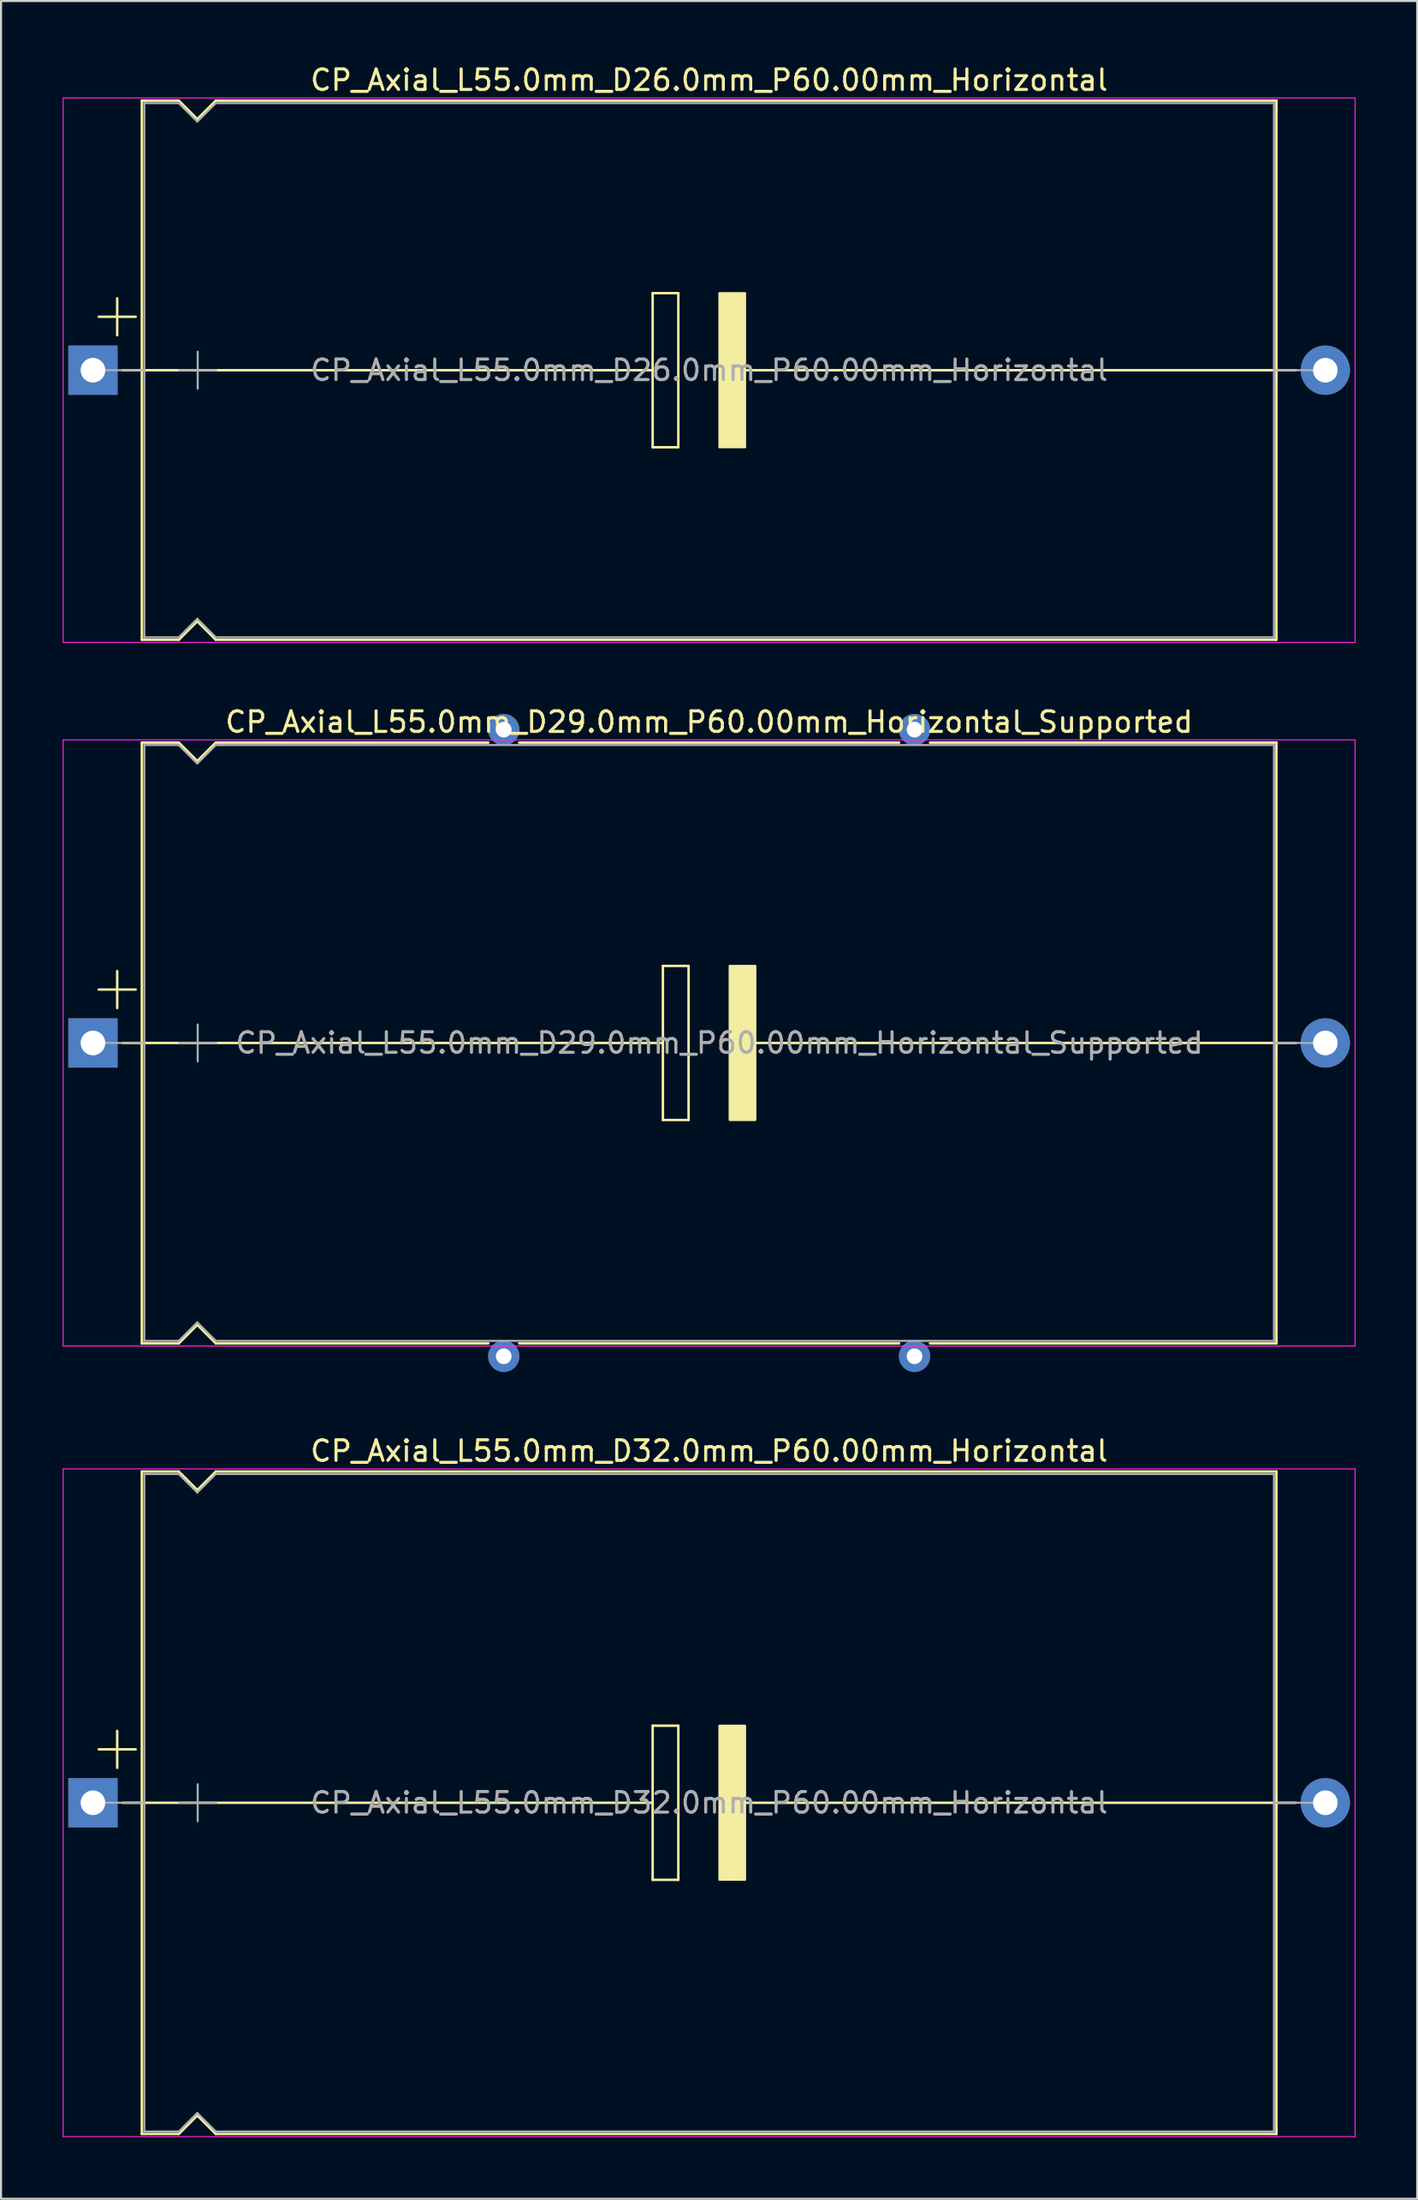
<source format=kicad_pcb>
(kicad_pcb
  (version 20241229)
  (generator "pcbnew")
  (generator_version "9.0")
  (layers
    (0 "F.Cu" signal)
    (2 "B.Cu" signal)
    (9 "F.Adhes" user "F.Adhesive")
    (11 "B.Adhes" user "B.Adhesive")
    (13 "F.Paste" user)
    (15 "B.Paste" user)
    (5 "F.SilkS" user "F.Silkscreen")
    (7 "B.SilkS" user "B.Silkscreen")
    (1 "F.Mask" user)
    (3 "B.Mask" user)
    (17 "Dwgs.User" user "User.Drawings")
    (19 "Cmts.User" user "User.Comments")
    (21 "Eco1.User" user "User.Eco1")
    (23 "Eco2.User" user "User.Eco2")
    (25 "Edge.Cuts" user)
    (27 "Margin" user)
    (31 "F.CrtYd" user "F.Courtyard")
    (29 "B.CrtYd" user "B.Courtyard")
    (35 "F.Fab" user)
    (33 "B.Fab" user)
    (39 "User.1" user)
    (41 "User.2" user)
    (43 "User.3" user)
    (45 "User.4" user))
  (footprint "CP_Axial_L55.0mm_D26.0mm_P60.00mm_Horizontal"
    (layer "F.Cu")
    (at 1.475 14.968)
    (property "Reference" "CP_Axial_L55.0mm_D26.0mm_P60.00mm_Horizontal" (at 30 -14.12 0) (layer "F.SilkS") (effects (font (size 1 1) (thickness 0.15))))
    (attr through_hole)
    (fp_line (start 0.28 -2.6) (end 2.08 -2.6) (stroke (width 0.12) (type solid)) (layer "F.SilkS"))
    (fp_line (start 1.18 -3.5) (end 1.18 -1.7) (stroke (width 0.12) (type solid)) (layer "F.SilkS"))
    (fp_line (start 1.44 0) (end 2.38 0) (stroke (width 0.12) (type solid)) (layer "F.SilkS"))
    (fp_line (start 2.38 -13.12) (end 2.38 13.12) (stroke (width 0.12) (type solid)) (layer "F.SilkS"))
    (fp_line (start 2.38 -13.12) (end 4.18 -13.12) (stroke (width 0.12) (type solid)) (layer "F.SilkS"))
    (fp_line (start 2.38 0) (end 27.25 0) (stroke (width 0.12) (type solid)) (layer "F.SilkS"))
    (fp_line (start 2.38 13.12) (end 4.18 13.12) (stroke (width 0.12) (type solid)) (layer "F.SilkS"))
    (fp_line (start 4.18 -13.12) (end 5.08 -12.22) (stroke (width 0.12) (type solid)) (layer "F.SilkS"))
    (fp_line (start 4.18 13.12) (end 5.08 12.22) (stroke (width 0.12) (type solid)) (layer "F.SilkS"))
    (fp_line (start 5.08 -12.22) (end 5.98 -13.12) (stroke (width 0.12) (type solid)) (layer "F.SilkS"))
    (fp_line (start 5.08 12.22) (end 5.98 13.12) (stroke (width 0.12) (type solid)) (layer "F.SilkS"))
    (fp_line (start 5.98 -13.12) (end 57.62 -13.12) (stroke (width 0.12) (type solid)) (layer "F.SilkS"))
    (fp_line (start 5.98 13.12) (end 57.62 13.12) (stroke (width 0.12) (type solid)) (layer "F.SilkS"))
    (fp_line (start 27.25 -3.75) (end 28.5 -3.75) (stroke (width 0.12) (type solid)) (layer "F.SilkS"))
    (fp_line (start 27.25 0) (end 27.25 -3.75) (stroke (width 0.12) (type solid)) (layer "F.SilkS"))
    (fp_line (start 27.25 3.75) (end 27.25 0) (stroke (width 0.12) (type solid)) (layer "F.SilkS"))
    (fp_line (start 28.5 -3.75) (end 28.5 3.75) (stroke (width 0.12) (type solid)) (layer "F.SilkS"))
    (fp_line (start 28.5 3.75) (end 27.25 3.75) (stroke (width 0.12) (type solid)) (layer "F.SilkS"))
    (fp_line (start 31.75 0) (end 57.62 0) (stroke (width 0.12) (type solid)) (layer "F.SilkS"))
    (fp_line (start 57.62 -13.12) (end 57.62 13.12) (stroke (width 0.12) (type solid)) (layer "F.SilkS"))
    (fp_line (start 58.56 0) (end 57.62 0) (stroke (width 0.12) (type solid)) (layer "F.SilkS"))
    (fp_poly (pts (xy 31.75 3.75) (xy 30.5 3.75) (xy 30.5 -3.75) (xy 31.75 -3.75)) (stroke (width 0.1) (type solid)) (fill yes) (layer "F.SilkS"))
    (fp_line (start -1.45 -13.25) (end -1.45 13.25) (stroke (width 0.05) (type solid)) (layer "F.CrtYd"))
    (fp_line (start -1.45 13.25) (end 61.45 13.25) (stroke (width 0.05) (type solid)) (layer "F.CrtYd"))
    (fp_line (start 61.45 -13.25) (end -1.45 -13.25) (stroke (width 0.05) (type solid)) (layer "F.CrtYd"))
    (fp_line (start 61.45 13.25) (end 61.45 -13.25) (stroke (width 0.05) (type solid)) (layer "F.CrtYd"))
    (fp_line (start 0 0) (end 2.5 0) (stroke (width 0.1) (type solid)) (layer "F.Fab"))
    (fp_line (start 2.5 -13) (end 2.5 13) (stroke (width 0.1) (type solid)) (layer "F.Fab"))
    (fp_line (start 2.5 -13) (end 4.18 -13) (stroke (width 0.1) (type solid)) (layer "F.Fab"))
    (fp_line (start 2.5 13) (end 4.18 13) (stroke (width 0.1) (type solid)) (layer "F.Fab"))
    (fp_line (start 4.18 -13) (end 5.08 -12.1) (stroke (width 0.1) (type solid)) (layer "F.Fab"))
    (fp_line (start 4.18 13) (end 5.08 12.1) (stroke (width 0.1) (type solid)) (layer "F.Fab"))
    (fp_line (start 4.2 0) (end 6 0) (stroke (width 0.1) (type solid)) (layer "F.Fab"))
    (fp_line (start 5.08 -12.1) (end 5.98 -13) (stroke (width 0.1) (type solid)) (layer "F.Fab"))
    (fp_line (start 5.08 12.1) (end 5.98 13) (stroke (width 0.1) (type solid)) (layer "F.Fab"))
    (fp_line (start 5.1 -0.9) (end 5.1 0.9) (stroke (width 0.1) (type solid)) (layer "F.Fab"))
    (fp_line (start 5.98 -13) (end 57.5 -13) (stroke (width 0.1) (type solid)) (layer "F.Fab"))
    (fp_line (start 5.98 13) (end 57.5 13) (stroke (width 0.1) (type solid)) (layer "F.Fab"))
    (fp_line (start 57.5 -13) (end 57.5 13) (stroke (width 0.1) (type solid)) (layer "F.Fab"))
    (fp_line (start 60 0) (end 57.5 0) (stroke (width 0.1) (type solid)) (layer "F.Fab"))
    (fp_text user "${REFERENCE}" (at 30 0 0) (layer "F.Fab") (effects (font (size 1 1) (thickness 0.15))))
    (pad "1" thru_hole rect (at 0 0) (size 2.4 2.4) (drill 1.2) (layers "*.Cu" "*.Mask"))
    (pad "2" thru_hole oval (at 60 0) (size 2.4 2.4) (drill 1.2) (layers "*.Cu" "*.Mask")))
  (footprint "CP_Axial_L55.0mm_D32.0mm_P60.00mm_Horizontal"
    (layer "F.Cu")
    (at 1.475 84.692)
    (property "Reference" "CP_Axial_L55.0mm_D32.0mm_P60.00mm_Horizontal" (at 30 -17.12 0) (layer "F.SilkS") (effects (font (size 1 1) (thickness 0.15))))
    (attr through_hole)
    (fp_line (start 0.28 -2.6) (end 2.08 -2.6) (stroke (width 0.12) (type solid)) (layer "F.SilkS"))
    (fp_line (start 1.18 -3.5) (end 1.18 -1.7) (stroke (width 0.12) (type solid)) (layer "F.SilkS"))
    (fp_line (start 1.44 0) (end 2.38 0) (stroke (width 0.12) (type solid)) (layer "F.SilkS"))
    (fp_line (start 2.38 -16.12) (end 2.38 16.12) (stroke (width 0.12) (type solid)) (layer "F.SilkS"))
    (fp_line (start 2.38 -16.12) (end 4.18 -16.12) (stroke (width 0.12) (type solid)) (layer "F.SilkS"))
    (fp_line (start 2.38 0) (end 27.25 0) (stroke (width 0.12) (type solid)) (layer "F.SilkS"))
    (fp_line (start 2.38 16.12) (end 4.18 16.12) (stroke (width 0.12) (type solid)) (layer "F.SilkS"))
    (fp_line (start 4.18 -16.12) (end 5.08 -15.22) (stroke (width 0.12) (type solid)) (layer "F.SilkS"))
    (fp_line (start 4.18 16.12) (end 5.08 15.22) (stroke (width 0.12) (type solid)) (layer "F.SilkS"))
    (fp_line (start 5.08 -15.22) (end 5.98 -16.12) (stroke (width 0.12) (type solid)) (layer "F.SilkS"))
    (fp_line (start 5.08 15.22) (end 5.98 16.12) (stroke (width 0.12) (type solid)) (layer "F.SilkS"))
    (fp_line (start 5.98 -16.12) (end 57.62 -16.12) (stroke (width 0.12) (type solid)) (layer "F.SilkS"))
    (fp_line (start 5.98 16.12) (end 57.62 16.12) (stroke (width 0.12) (type solid)) (layer "F.SilkS"))
    (fp_line (start 27.25 -3.75) (end 28.5 -3.75) (stroke (width 0.12) (type solid)) (layer "F.SilkS"))
    (fp_line (start 27.25 0) (end 27.25 -3.75) (stroke (width 0.12) (type solid)) (layer "F.SilkS"))
    (fp_line (start 27.25 3.75) (end 27.25 0) (stroke (width 0.12) (type solid)) (layer "F.SilkS"))
    (fp_line (start 28.5 -3.75) (end 28.5 3.75) (stroke (width 0.12) (type solid)) (layer "F.SilkS"))
    (fp_line (start 28.5 3.75) (end 27.25 3.75) (stroke (width 0.12) (type solid)) (layer "F.SilkS"))
    (fp_line (start 31.75 0) (end 57.62 0) (stroke (width 0.12) (type solid)) (layer "F.SilkS"))
    (fp_line (start 57.62 -16.12) (end 57.62 16.12) (stroke (width 0.12) (type solid)) (layer "F.SilkS"))
    (fp_line (start 58.56 0) (end 57.62 0) (stroke (width 0.12) (type solid)) (layer "F.SilkS"))
    (fp_poly (pts (xy 31.75 3.75) (xy 30.5 3.75) (xy 30.5 -3.75) (xy 31.75 -3.75)) (stroke (width 0.1) (type solid)) (fill yes) (layer "F.SilkS"))
    (fp_line (start -1.45 -16.25) (end -1.45 16.25) (stroke (width 0.05) (type solid)) (layer "F.CrtYd"))
    (fp_line (start -1.45 16.25) (end 61.45 16.25) (stroke (width 0.05) (type solid)) (layer "F.CrtYd"))
    (fp_line (start 61.45 -16.25) (end -1.45 -16.25) (stroke (width 0.05) (type solid)) (layer "F.CrtYd"))
    (fp_line (start 61.45 16.25) (end 61.45 -16.25) (stroke (width 0.05) (type solid)) (layer "F.CrtYd"))
    (fp_line (start 0 0) (end 2.5 0) (stroke (width 0.1) (type solid)) (layer "F.Fab"))
    (fp_line (start 2.5 -16) (end 2.5 16) (stroke (width 0.1) (type solid)) (layer "F.Fab"))
    (fp_line (start 2.5 -16) (end 4.18 -16) (stroke (width 0.1) (type solid)) (layer "F.Fab"))
    (fp_line (start 2.5 16) (end 4.18 16) (stroke (width 0.1) (type solid)) (layer "F.Fab"))
    (fp_line (start 4.18 -16) (end 5.08 -15.1) (stroke (width 0.1) (type solid)) (layer "F.Fab"))
    (fp_line (start 4.18 16) (end 5.08 15.1) (stroke (width 0.1) (type solid)) (layer "F.Fab"))
    (fp_line (start 4.2 0) (end 6 0) (stroke (width 0.1) (type solid)) (layer "F.Fab"))
    (fp_line (start 5.08 -15.1) (end 5.98 -16) (stroke (width 0.1) (type solid)) (layer "F.Fab"))
    (fp_line (start 5.08 15.1) (end 5.98 16) (stroke (width 0.1) (type solid)) (layer "F.Fab"))
    (fp_line (start 5.1 -0.9) (end 5.1 0.9) (stroke (width 0.1) (type solid)) (layer "F.Fab"))
    (fp_line (start 5.98 -16) (end 57.5 -16) (stroke (width 0.1) (type solid)) (layer "F.Fab"))
    (fp_line (start 5.98 16) (end 57.5 16) (stroke (width 0.1) (type solid)) (layer "F.Fab"))
    (fp_line (start 57.5 -16) (end 57.5 16) (stroke (width 0.1) (type solid)) (layer "F.Fab"))
    (fp_line (start 60 0) (end 57.5 0) (stroke (width 0.1) (type solid)) (layer "F.Fab"))
    (fp_text user "${REFERENCE}" (at 30 0 0) (layer "F.Fab") (effects (font (size 1 1) (thickness 0.15))))
    (pad "1" thru_hole rect (at 0 0) (size 2.4 2.4) (drill 1.2) (layers "*.Cu" "*.Mask"))
    (pad "2" thru_hole oval (at 60 0) (size 2.4 2.4) (drill 1.2) (layers "*.Cu" "*.Mask")))
  (footprint "CP_Axial_L55.0mm_D29.0mm_P60.00mm_Horizontal_Supported"
    (layer "F.Cu")
    (at 1.475 47.712)
    (property "Reference" "CP_Axial_L55.0mm_D29.0mm_P60.00mm_Horizontal_Supported" (at 30 -15.62 0) (layer "F.SilkS") (effects (font (size 1 1) (thickness 0.15))))
    (attr through_hole)
    (fp_line (start 0.28 -2.6) (end 2.08 -2.6) (stroke (width 0.12) (type solid)) (layer "F.SilkS"))
    (fp_line (start 1.18 -3.5) (end 1.18 -1.7) (stroke (width 0.12) (type solid)) (layer "F.SilkS"))
    (fp_line (start 1.44 0) (end 2.38 0) (stroke (width 0.12) (type solid)) (layer "F.SilkS"))
    (fp_line (start 2.38 -14.62) (end 2.38 14.62) (stroke (width 0.12) (type solid)) (layer "F.SilkS"))
    (fp_line (start 2.38 -14.62) (end 4.18 -14.62) (stroke (width 0.12) (type solid)) (layer "F.SilkS"))
    (fp_line (start 2.38 0) (end 27.75 0) (stroke (width 0.12) (type solid)) (layer "F.SilkS"))
    (fp_line (start 2.38 14.62) (end 4.18 14.62) (stroke (width 0.12) (type solid)) (layer "F.SilkS"))
    (fp_line (start 4.18 -14.62) (end 5.08 -13.72) (stroke (width 0.12) (type solid)) (layer "F.SilkS"))
    (fp_line (start 4.18 14.62) (end 5.08 13.72) (stroke (width 0.12) (type solid)) (layer "F.SilkS"))
    (fp_line (start 5.08 -13.72) (end 5.98 -14.62) (stroke (width 0.12) (type solid)) (layer "F.SilkS"))
    (fp_line (start 5.08 13.72) (end 5.98 14.62) (stroke (width 0.12) (type solid)) (layer "F.SilkS"))
    (fp_line (start 5.98 -14.62) (end 19.25 -14.62) (stroke (width 0.12) (type solid)) (layer "F.SilkS"))
    (fp_line (start 5.98 14.62) (end 19.25 14.62) (stroke (width 0.12) (type solid)) (layer "F.SilkS"))
    (fp_line (start 20.75 -14.62) (end 39.25 -14.62) (stroke (width 0.12) (type solid)) (layer "F.SilkS"))
    (fp_line (start 20.75 14.62) (end 39.25 14.62) (stroke (width 0.12) (type solid)) (layer "F.SilkS"))
    (fp_line (start 27.75 -3.75) (end 29 -3.75) (stroke (width 0.12) (type solid)) (layer "F.SilkS"))
    (fp_line (start 27.75 0) (end 27.75 -3.75) (stroke (width 0.12) (type solid)) (layer "F.SilkS"))
    (fp_line (start 27.75 3.75) (end 27.75 0) (stroke (width 0.12) (type solid)) (layer "F.SilkS"))
    (fp_line (start 29 -3.75) (end 29 3.75) (stroke (width 0.12) (type solid)) (layer "F.SilkS"))
    (fp_line (start 29 3.75) (end 27.75 3.75) (stroke (width 0.12) (type solid)) (layer "F.SilkS"))
    (fp_line (start 31.75 0) (end 57.62 0) (stroke (width 0.12) (type solid)) (layer "F.SilkS"))
    (fp_line (start 40.75 -14.62) (end 57.62 -14.62) (stroke (width 0.12) (type solid)) (layer "F.SilkS"))
    (fp_line (start 40.75 14.62) (end 57.62 14.62) (stroke (width 0.12) (type solid)) (layer "F.SilkS"))
    (fp_line (start 57.62 -14.62) (end 57.62 14.62) (stroke (width 0.12) (type solid)) (layer "F.SilkS"))
    (fp_line (start 58.56 0) (end 57.62 0) (stroke (width 0.12) (type solid)) (layer "F.SilkS"))
    (fp_poly (pts (xy 32.25 3.75) (xy 31 3.75) (xy 31 -3.75) (xy 32.25 -3.75)) (stroke (width 0.1) (type solid)) (fill yes) (layer "F.SilkS"))
    (fp_line (start -1.45 -14.75) (end -1.45 14.75) (stroke (width 0.05) (type solid)) (layer "F.CrtYd"))
    (fp_line (start -1.45 14.75) (end 61.45 14.75) (stroke (width 0.05) (type solid)) (layer "F.CrtYd"))
    (fp_line (start 61.45 -14.75) (end -1.45 -14.75) (stroke (width 0.05) (type solid)) (layer "F.CrtYd"))
    (fp_line (start 61.45 14.75) (end 61.45 -14.75) (stroke (width 0.05) (type solid)) (layer "F.CrtYd"))
    (fp_line (start 0 0) (end 2.5 0) (stroke (width 0.1) (type solid)) (layer "F.Fab"))
    (fp_line (start 2.5 -14.5) (end 2.5 14.5) (stroke (width 0.1) (type solid)) (layer "F.Fab"))
    (fp_line (start 2.5 -14.5) (end 4.18 -14.5) (stroke (width 0.1) (type solid)) (layer "F.Fab"))
    (fp_line (start 2.5 14.5) (end 4.18 14.5) (stroke (width 0.1) (type solid)) (layer "F.Fab"))
    (fp_line (start 4.18 -14.5) (end 5.08 -13.6) (stroke (width 0.1) (type solid)) (layer "F.Fab"))
    (fp_line (start 4.18 14.5) (end 5.08 13.6) (stroke (width 0.1) (type solid)) (layer "F.Fab"))
    (fp_line (start 4.2 0) (end 6 0) (stroke (width 0.1) (type solid)) (layer "F.Fab"))
    (fp_line (start 5.08 -13.6) (end 5.98 -14.5) (stroke (width 0.1) (type solid)) (layer "F.Fab"))
    (fp_line (start 5.08 13.6) (end 5.98 14.5) (stroke (width 0.1) (type solid)) (layer "F.Fab"))
    (fp_line (start 5.1 -0.9) (end 5.1 0.9) (stroke (width 0.1) (type solid)) (layer "F.Fab"))
    (fp_line (start 5.98 -14.5) (end 57.5 -14.5) (stroke (width 0.1) (type solid)) (layer "F.Fab"))
    (fp_line (start 5.98 14.5) (end 57.5 14.5) (stroke (width 0.1) (type solid)) (layer "F.Fab"))
    (fp_line (start 57.5 -14.5) (end 57.5 14.5) (stroke (width 0.1) (type solid)) (layer "F.Fab"))
    (fp_line (start 60 0) (end 57.5 0) (stroke (width 0.1) (type solid)) (layer "F.Fab"))
    (fp_text user "${REFERENCE}" (at 30.5 0 0) (layer "F.Fab") (effects (font (size 1 1) (thickness 0.15))))
    (pad "1" thru_hole rect (at 0 0) (size 2.4 2.4) (drill 1.2) (layers "*.Cu" "*.Mask"))
    (pad "2" thru_hole oval (at 60 0) (size 2.4 2.4) (drill 1.2) (layers "*.Cu" "*.Mask"))
    (pad "~" thru_hole circle (at 20 -15.25) (size 1.524 1.524) (drill 0.762) (layers "*.Cu" "*.Mask"))
    (pad "~" thru_hole circle (at 20 15.25) (size 1.524 1.524) (drill 0.762) (layers "*.Cu" "*.Mask"))
    (pad "~" thru_hole circle (at 40 -15.25) (size 1.524 1.524) (drill 0.762) (layers "*.Cu" "*.Mask"))
    (pad "~" thru_hole circle (at 40 15.25) (size 1.524 1.524) (drill 0.762) (layers "*.Cu" "*.Mask")))
  (gr_rect
    (start -3 -3)
    (end 65.95 103.967)
    (stroke (width 0.1) (type default))
    (fill no)
    (layer "Edge.Cuts")))
</source>
